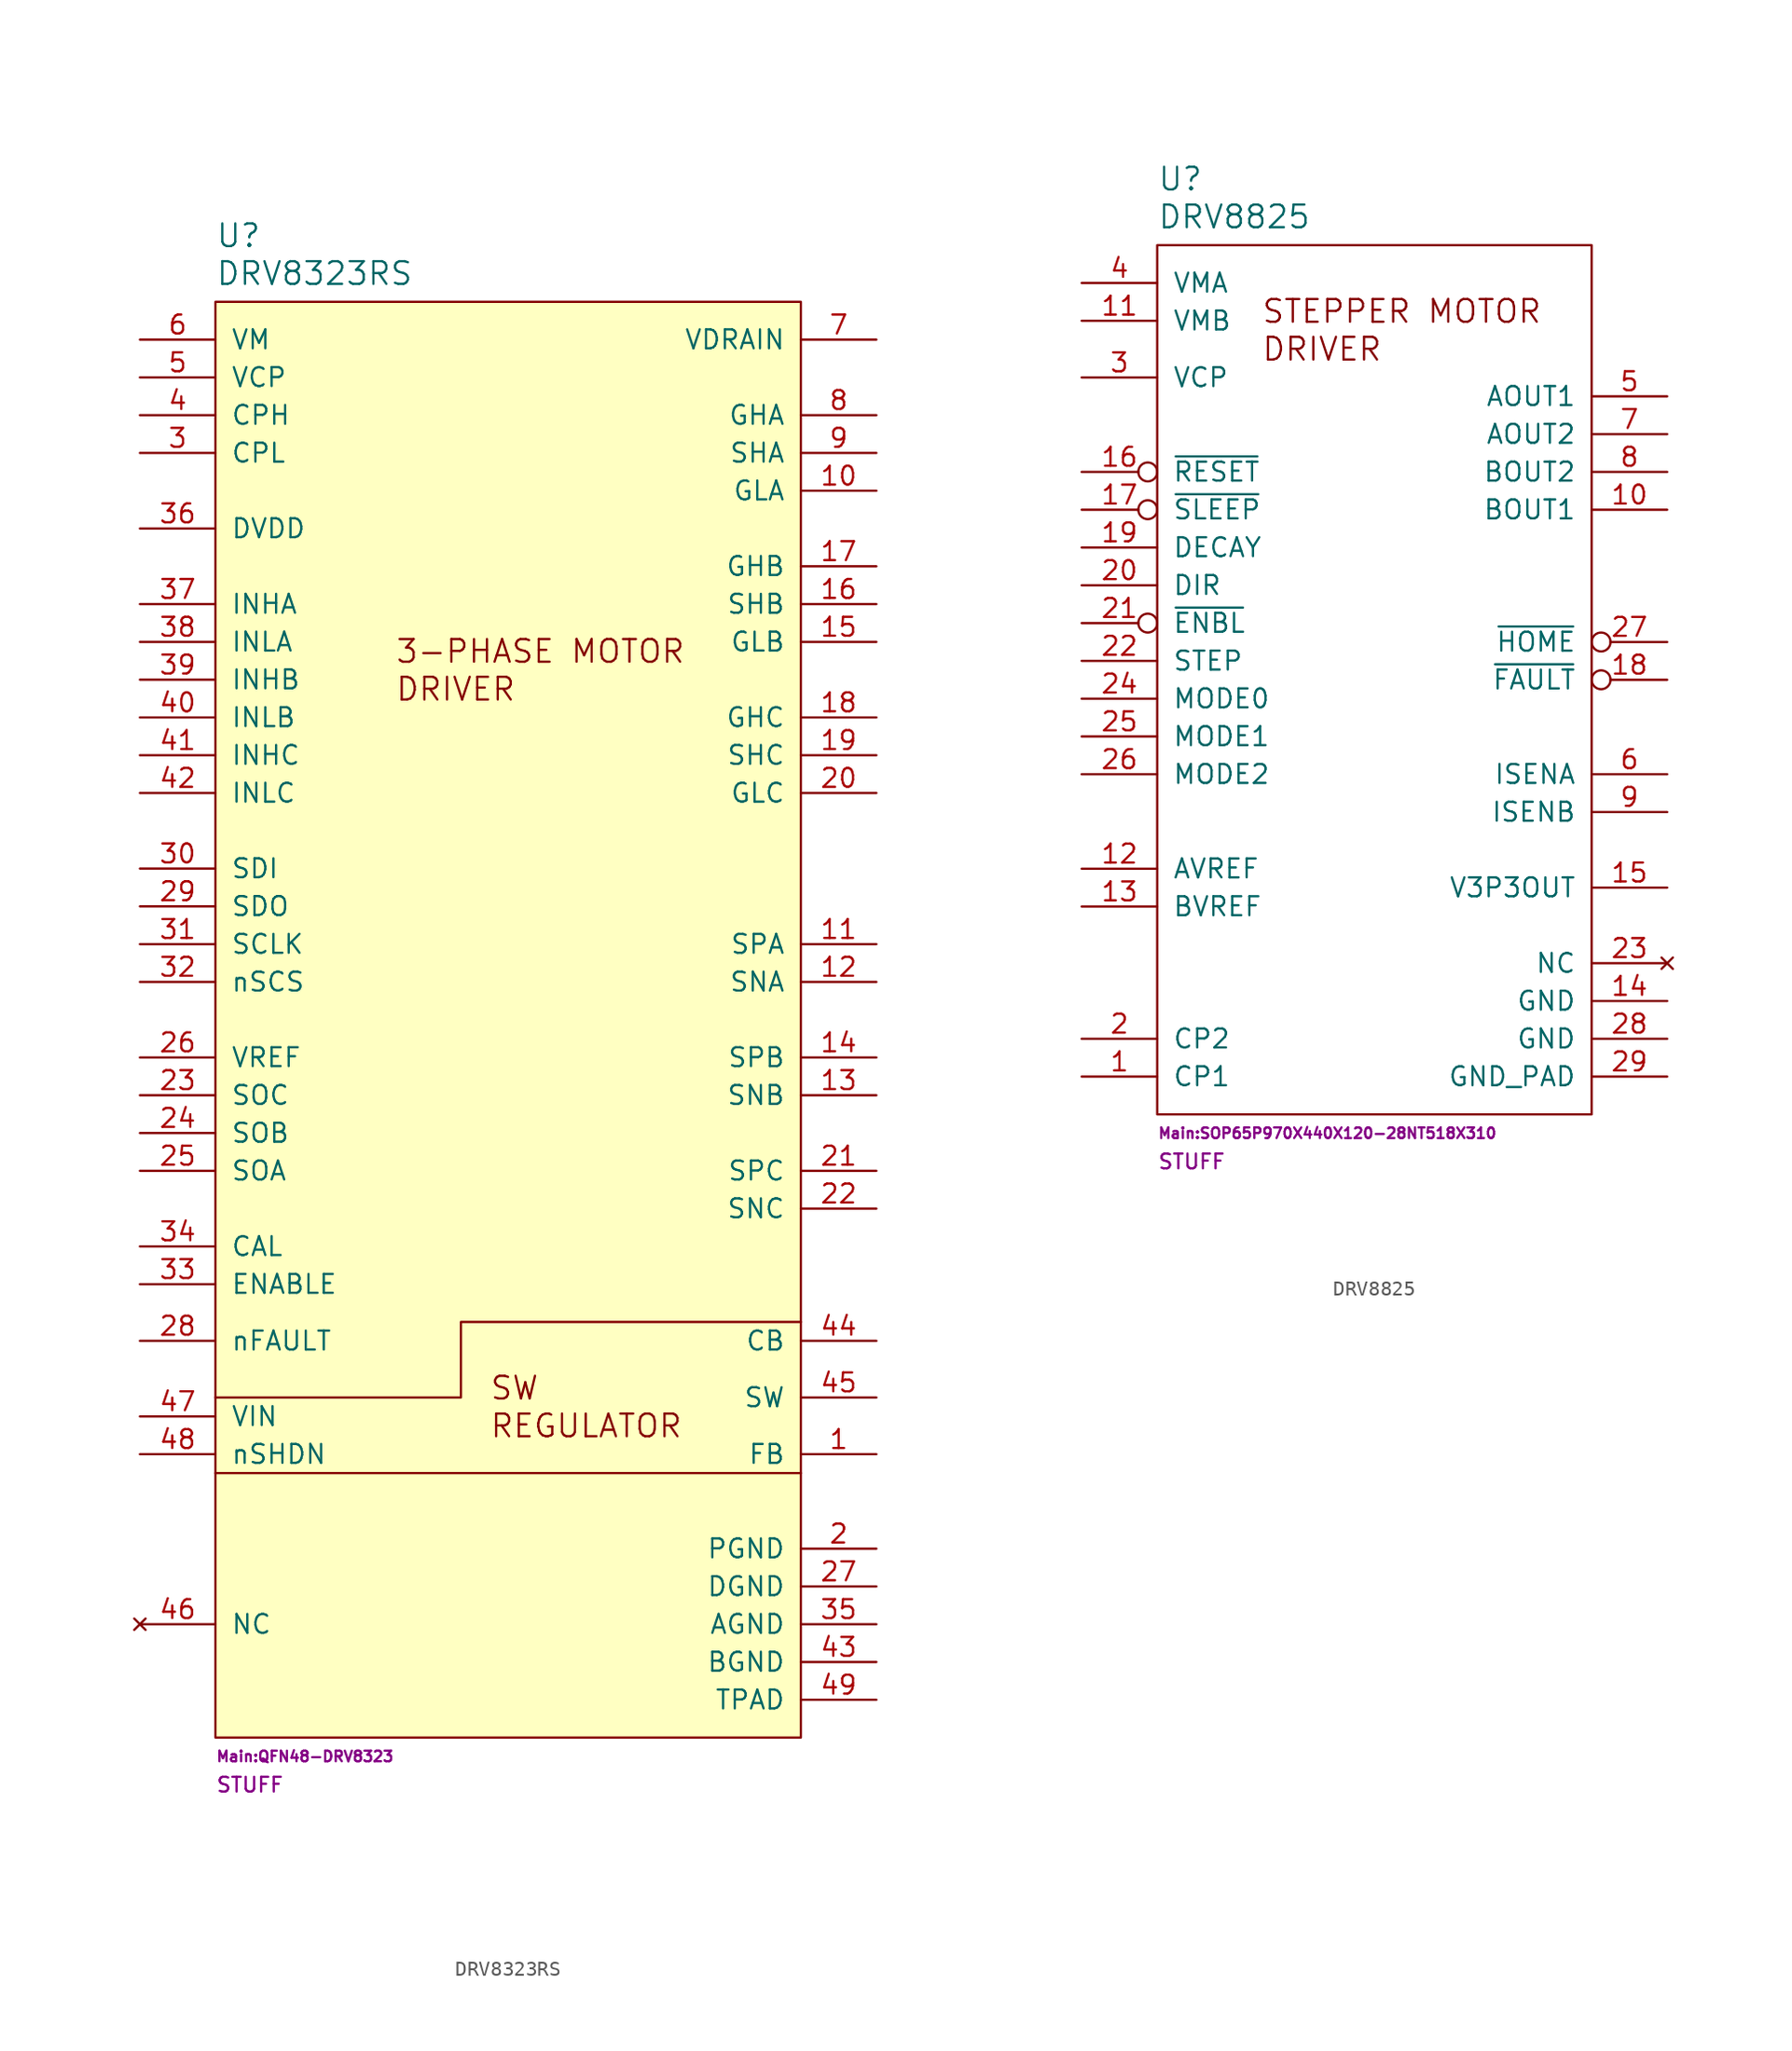
<source format=kicad_sym>
(kicad_symbol_lib
  (version 20231120)
  (generator "kicad_symbol_editor")
  (generator_version "8.0")
  (symbol "DRV8323RS"
    (pin_names
      (offset 1.016))
    (property "Reference" "U"
      (at -20.32 52.705 0)
      (effects (font (size 1.524 1.524)) (justify left)))
    (property "Value" "DRV8323RS"
      (at -20.32 50.165 0)
      (effects (font (size 1.524 1.524)) (justify left)))
    (property "Footprint" "Main:QFN48-DRV8323"
      (at -20.32 -49.53 0)
      (effects (font (size 0.711 0.711)) (justify left)))
    (property "Datasheet" ""
      (at 0 -15.24 0)
      (effects (font (size 1.524 1.524))))
    (property "SKU" "STUFF"
      (at -20.32 -51.435 0)
      (effects (font (size 0.991 0.991)) (justify left)))
    (symbol "DRV8323RS_0_0"
      (text "3-PHASE MOTOR" (at -8.255 24.765 0) (effects (font (size 1.524 1.524)) (justify left)))
      (text "DRIVER" (at -8.255 22.225 0) (effects (font (size 1.524 1.524)) (justify left)))
      (text "REGULATOR" (at -1.905 -27.305 0) (effects (font (size 1.524 1.524)) (justify left)))
      (text "SW" (at -1.905 -24.765 0) (effects (font (size 1.524 1.524)) (justify left))))
    (symbol "DRV8323RS_0_1"
      (polyline (pts (xy -20.32 -30.48) (xy 19.05 -30.48)) (stroke (width 0) (type default)) (fill (type none)))
      (polyline (pts (xy -20.32 -25.4) (xy -3.81 -25.4) (xy -3.81 -20.32) (xy 19.05 -20.32)) (stroke (width 0) (type default)) (fill (type none))))
    (symbol "DRV8323RS_1_1"
      (rectangle (start -20.32 48.26) (end 19.05 -48.26) (stroke (width 0) (type default)) (fill (type background)))
      (pin input line (at 24.13 -29.21 180) (length 5.08) (name "FB" (effects (font (size 1.27 1.27)))) (number "1" (effects (font (size 1.27 1.27)))))
      (pin output line (at 24.13 35.56 180) (length 5.08) (name "GLA" (effects (font (size 1.27 1.27)))) (number "10" (effects (font (size 1.27 1.27)))))
      (pin input line (at 24.13 5.08 180) (length 5.08) (name "SPA" (effects (font (size 1.27 1.27)))) (number "11" (effects (font (size 1.27 1.27)))))
      (pin input line (at 24.13 2.54 180) (length 5.08) (name "SNA" (effects (font (size 1.27 1.27)))) (number "12" (effects (font (size 1.27 1.27)))))
      (pin input line (at 24.13 -5.08 180) (length 5.08) (name "SNB" (effects (font (size 1.27 1.27)))) (number "13" (effects (font (size 1.27 1.27)))))
      (pin input line (at 24.13 -2.54 180) (length 5.08) (name "SPB" (effects (font (size 1.27 1.27)))) (number "14" (effects (font (size 1.27 1.27)))))
      (pin output line (at 24.13 25.4 180) (length 5.08) (name "GLB" (effects (font (size 1.27 1.27)))) (number "15" (effects (font (size 1.27 1.27)))))
      (pin input line (at 24.13 27.94 180) (length 5.08) (name "SHB" (effects (font (size 1.27 1.27)))) (number "16" (effects (font (size 1.27 1.27)))))
      (pin output line (at 24.13 30.48 180) (length 5.08) (name "GHB" (effects (font (size 1.27 1.27)))) (number "17" (effects (font (size 1.27 1.27)))))
      (pin output line (at 24.13 20.32 180) (length 5.08) (name "GHC" (effects (font (size 1.27 1.27)))) (number "18" (effects (font (size 1.27 1.27)))))
      (pin input line (at 24.13 17.78 180) (length 5.08) (name "SHC" (effects (font (size 1.27 1.27)))) (number "19" (effects (font (size 1.27 1.27)))))
      (pin power_in line (at 24.13 -35.56 180) (length 5.08) (name "PGND" (effects (font (size 1.27 1.27)))) (number "2" (effects (font (size 1.27 1.27)))))
      (pin output line (at 24.13 15.24 180) (length 5.08) (name "GLC" (effects (font (size 1.27 1.27)))) (number "20" (effects (font (size 1.27 1.27)))))
      (pin input line (at 24.13 -10.16 180) (length 5.08) (name "SPC" (effects (font (size 1.27 1.27)))) (number "21" (effects (font (size 1.27 1.27)))))
      (pin input line (at 24.13 -12.7 180) (length 5.08) (name "SNC" (effects (font (size 1.27 1.27)))) (number "22" (effects (font (size 1.27 1.27)))))
      (pin output line (at -25.4 -5.08 0) (length 5.08) (name "SOC" (effects (font (size 1.27 1.27)))) (number "23" (effects (font (size 1.27 1.27)))))
      (pin output line (at -25.4 -7.62 0) (length 5.08) (name "SOB" (effects (font (size 1.27 1.27)))) (number "24" (effects (font (size 1.27 1.27)))))
      (pin output line (at -25.4 -10.16 0) (length 5.08) (name "SOA" (effects (font (size 1.27 1.27)))) (number "25" (effects (font (size 1.27 1.27)))))
      (pin output line (at -25.4 -2.54 0) (length 5.08) (name "VREF" (effects (font (size 1.27 1.27)))) (number "26" (effects (font (size 1.27 1.27)))))
      (pin power_in line (at 24.13 -38.1 180) (length 5.08) (name "DGND" (effects (font (size 1.27 1.27)))) (number "27" (effects (font (size 1.27 1.27)))))
      (pin open_collector line (at -25.4 -21.59 0) (length 5.08) (name "nFAULT" (effects (font (size 1.27 1.27)))) (number "28" (effects (font (size 1.27 1.27)))))
      (pin open_collector line (at -25.4 7.62 0) (length 5.08) (name "SDO" (effects (font (size 1.27 1.27)))) (number "29" (effects (font (size 1.27 1.27)))))
      (pin bidirectional line (at -25.4 38.1 0) (length 5.08) (name "CPL" (effects (font (size 1.27 1.27)))) (number "3" (effects (font (size 1.27 1.27)))))
      (pin input line (at -25.4 10.16 0) (length 5.08) (name "SDI" (effects (font (size 1.27 1.27)))) (number "30" (effects (font (size 1.27 1.27)))))
      (pin input line (at -25.4 5.08 0) (length 5.08) (name "SCLK" (effects (font (size 1.27 1.27)))) (number "31" (effects (font (size 1.27 1.27)))))
      (pin input line (at -25.4 2.54 0) (length 5.08) (name "nSCS" (effects (font (size 1.27 1.27)))) (number "32" (effects (font (size 1.27 1.27)))))
      (pin input line (at -25.4 -17.78 0) (length 5.08) (name "ENABLE" (effects (font (size 1.27 1.27)))) (number "33" (effects (font (size 1.27 1.27)))))
      (pin input line (at -25.4 -15.24 0) (length 5.08) (name "CAL" (effects (font (size 1.27 1.27)))) (number "34" (effects (font (size 1.27 1.27)))))
      (pin power_in line (at 24.13 -40.64 180) (length 5.08) (name "AGND" (effects (font (size 1.27 1.27)))) (number "35" (effects (font (size 1.27 1.27)))))
      (pin power_in line (at -25.4 33.02 0) (length 5.08) (name "DVDD" (effects (font (size 1.27 1.27)))) (number "36" (effects (font (size 1.27 1.27)))))
      (pin input line (at -25.4 27.94 0) (length 5.08) (name "INHA" (effects (font (size 1.27 1.27)))) (number "37" (effects (font (size 1.27 1.27)))))
      (pin input line (at -25.4 25.4 0) (length 5.08) (name "INLA" (effects (font (size 1.27 1.27)))) (number "38" (effects (font (size 1.27 1.27)))))
      (pin input line (at -25.4 22.86 0) (length 5.08) (name "INHB" (effects (font (size 1.27 1.27)))) (number "39" (effects (font (size 1.27 1.27)))))
      (pin bidirectional line (at -25.4 40.64 0) (length 5.08) (name "CPH" (effects (font (size 1.27 1.27)))) (number "4" (effects (font (size 1.27 1.27)))))
      (pin input line (at -25.4 20.32 0) (length 5.08) (name "INLB" (effects (font (size 1.27 1.27)))) (number "40" (effects (font (size 1.27 1.27)))))
      (pin input line (at -25.4 17.78 0) (length 5.08) (name "INHC" (effects (font (size 1.27 1.27)))) (number "41" (effects (font (size 1.27 1.27)))))
      (pin input line (at -25.4 15.24 0) (length 5.08) (name "INLC" (effects (font (size 1.27 1.27)))) (number "42" (effects (font (size 1.27 1.27)))))
      (pin power_in line (at 24.13 -43.18 180) (length 5.08) (name "BGND" (effects (font (size 1.27 1.27)))) (number "43" (effects (font (size 1.27 1.27)))))
      (pin power_out line (at 24.13 -21.59 180) (length 5.08) (name "CB" (effects (font (size 1.27 1.27)))) (number "44" (effects (font (size 1.27 1.27)))))
      (pin output line (at 24.13 -25.4 180) (length 5.08) (name "SW" (effects (font (size 1.27 1.27)))) (number "45" (effects (font (size 1.27 1.27)))))
      (pin no_connect line (at -25.4 -40.64 0) (length 5.08) (name "NC" (effects (font (size 1.27 1.27)))) (number "46" (effects (font (size 1.27 1.27)))))
      (pin power_in line (at -25.4 -26.67 0) (length 5.08) (name "VIN" (effects (font (size 1.27 1.27)))) (number "47" (effects (font (size 1.27 1.27)))))
      (pin input line (at -25.4 -29.21 0) (length 5.08) (name "nSHDN" (effects (font (size 1.27 1.27)))) (number "48" (effects (font (size 1.27 1.27)))))
      (pin power_in line (at 24.13 -45.72 180) (length 5.08) (name "TPAD" (effects (font (size 1.27 1.27)))) (number "49" (effects (font (size 1.27 1.27)))))
      (pin power_out line (at -25.4 43.18 0) (length 5.08) (name "VCP" (effects (font (size 1.27 1.27)))) (number "5" (effects (font (size 1.27 1.27)))))
      (pin power_in line (at -25.4 45.72 0) (length 5.08) (name "VM" (effects (font (size 1.27 1.27)))) (number "6" (effects (font (size 1.27 1.27)))))
      (pin input line (at 24.13 45.72 180) (length 5.08) (name "VDRAIN" (effects (font (size 1.27 1.27)))) (number "7" (effects (font (size 1.27 1.27)))))
      (pin output line (at 24.13 40.64 180) (length 5.08) (name "GHA" (effects (font (size 1.27 1.27)))) (number "8" (effects (font (size 1.27 1.27)))))
      (pin input line (at 24.13 38.1 180) (length 5.08) (name "SHA" (effects (font (size 1.27 1.27)))) (number "9" (effects (font (size 1.27 1.27)))))))
  (symbol "DRV8825"
    (pin_names
      (offset 1.016))
    (property "Reference" "U"
      (at -15.24 33.655 0)
      (effects (font (size 1.524 1.524)) (justify left)))
    (property "Value" "DRV8825"
      (at -15.24 31.115 0)
      (effects (font (size 1.524 1.524)) (justify left)))
    (property "Footprint" "Main:SOP65P970X440X120-28NT518X310"
      (at -15.24 -30.48 0)
      (effects (font (size 0.711 0.711)) (justify left)))
    (property "Datasheet" ""
      (at 0 -15.24 0)
      (effects (font (size 1.524 1.524))))
    (property "SKU" "STUFF"
      (at -15.24 -32.385 0)
      (effects (font (size 0.991 0.991)) (justify left)))
    (symbol "DRV8825_0_0"
      (text "DRIVER" (at -8.255 22.225 0) (effects (font (size 1.524 1.524)) (justify left)))
      (text "STEPPER MOTOR" (at -8.255 24.765 0) (effects (font (size 1.524 1.524)) (justify left))))
    (symbol "DRV8825_0_1"
      (rectangle (start -15.24 29.21) (end 13.97 -29.21) (stroke (width 0) (type default)) (fill (type none))))
    (symbol "DRV8825_1_1"
      (pin bidirectional line (at -20.32 -26.67 0) (length 5.08) (name "CP1" (effects (font (size 1.27 1.27)))) (number "1" (effects (font (size 1.27 1.27)))))
      (pin output line (at 19.05 11.43 180) (length 5.08) (name "BOUT1" (effects (font (size 1.27 1.27)))) (number "10" (effects (font (size 1.27 1.27)))))
      (pin power_in line (at -20.32 24.13 0) (length 5.08) (name "VMB" (effects (font (size 1.27 1.27)))) (number "11" (effects (font (size 1.27 1.27)))))
      (pin input line (at -20.32 -12.7 0) (length 5.08) (name "AVREF" (effects (font (size 1.27 1.27)))) (number "12" (effects (font (size 1.27 1.27)))))
      (pin input line (at -20.32 -15.24 0) (length 5.08) (name "BVREF" (effects (font (size 1.27 1.27)))) (number "13" (effects (font (size 1.27 1.27)))))
      (pin power_in line (at 19.05 -21.59 180) (length 5.08) (name "GND" (effects (font (size 1.27 1.27)))) (number "14" (effects (font (size 1.27 1.27)))))
      (pin power_out line (at 19.05 -13.97 180) (length 5.08) (name "V3P3OUT" (effects (font (size 1.27 1.27)))) (number "15" (effects (font (size 1.27 1.27)))))
      (pin input inverted (at -20.32 13.97 0) (length 5.08) (name "~{RESET}" (effects (font (size 1.27 1.27)))) (number "16" (effects (font (size 1.27 1.27)))))
      (pin input inverted (at -20.32 11.43 0) (length 5.08) (name "~{SLEEP}" (effects (font (size 1.27 1.27)))) (number "17" (effects (font (size 1.27 1.27)))))
      (pin open_collector inverted (at 19.05 0 180) (length 5.08) (name "~{FAULT}" (effects (font (size 1.27 1.27)))) (number "18" (effects (font (size 1.27 1.27)))))
      (pin input line (at -20.32 8.89 0) (length 5.08) (name "DECAY" (effects (font (size 1.27 1.27)))) (number "19" (effects (font (size 1.27 1.27)))))
      (pin bidirectional line (at -20.32 -24.13 0) (length 5.08) (name "CP2" (effects (font (size 1.27 1.27)))) (number "2" (effects (font (size 1.27 1.27)))))
      (pin input line (at -20.32 6.35 0) (length 5.08) (name "DIR" (effects (font (size 1.27 1.27)))) (number "20" (effects (font (size 1.27 1.27)))))
      (pin input inverted (at -20.32 3.81 0) (length 5.08) (name "~{ENBL}" (effects (font (size 1.27 1.27)))) (number "21" (effects (font (size 1.27 1.27)))))
      (pin input line (at -20.32 1.27 0) (length 5.08) (name "STEP" (effects (font (size 1.27 1.27)))) (number "22" (effects (font (size 1.27 1.27)))))
      (pin no_connect line (at 19.05 -19.05 180) (length 5.08) (name "NC" (effects (font (size 1.27 1.27)))) (number "23" (effects (font (size 1.27 1.27)))))
      (pin input line (at -20.32 -1.27 0) (length 5.08) (name "MODE0" (effects (font (size 1.27 1.27)))) (number "24" (effects (font (size 1.27 1.27)))))
      (pin input line (at -20.32 -3.81 0) (length 5.08) (name "MODE1" (effects (font (size 1.27 1.27)))) (number "25" (effects (font (size 1.27 1.27)))))
      (pin input line (at -20.32 -6.35 0) (length 5.08) (name "MODE2" (effects (font (size 1.27 1.27)))) (number "26" (effects (font (size 1.27 1.27)))))
      (pin open_collector inverted (at 19.05 2.54 180) (length 5.08) (name "~{HOME}" (effects (font (size 1.27 1.27)))) (number "27" (effects (font (size 1.27 1.27)))))
      (pin power_in line (at 19.05 -24.13 180) (length 5.08) (name "GND" (effects (font (size 1.27 1.27)))) (number "28" (effects (font (size 1.27 1.27)))))
      (pin power_in line (at 19.05 -26.67 180) (length 5.08) (name "GND_PAD" (effects (font (size 1.27 1.27)))) (number "29" (effects (font (size 1.27 1.27)))))
      (pin bidirectional line (at -20.32 20.32 0) (length 5.08) (name "VCP" (effects (font (size 1.27 1.27)))) (number "3" (effects (font (size 1.27 1.27)))))
      (pin power_in line (at -20.32 26.67 0) (length 5.08) (name "VMA" (effects (font (size 1.27 1.27)))) (number "4" (effects (font (size 1.27 1.27)))))
      (pin output line (at 19.05 19.05 180) (length 5.08) (name "AOUT1" (effects (font (size 1.27 1.27)))) (number "5" (effects (font (size 1.27 1.27)))))
      (pin bidirectional line (at 19.05 -6.35 180) (length 5.08) (name "ISENA" (effects (font (size 1.27 1.27)))) (number "6" (effects (font (size 1.27 1.27)))))
      (pin output line (at 19.05 16.51 180) (length 5.08) (name "AOUT2" (effects (font (size 1.27 1.27)))) (number "7" (effects (font (size 1.27 1.27)))))
      (pin output line (at 19.05 13.97 180) (length 5.08) (name "BOUT2" (effects (font (size 1.27 1.27)))) (number "8" (effects (font (size 1.27 1.27)))))
      (pin bidirectional line (at 19.05 -8.89 180) (length 5.08) (name "ISENB" (effects (font (size 1.27 1.27)))) (number "9" (effects (font (size 1.27 1.27))))))))
</source>
